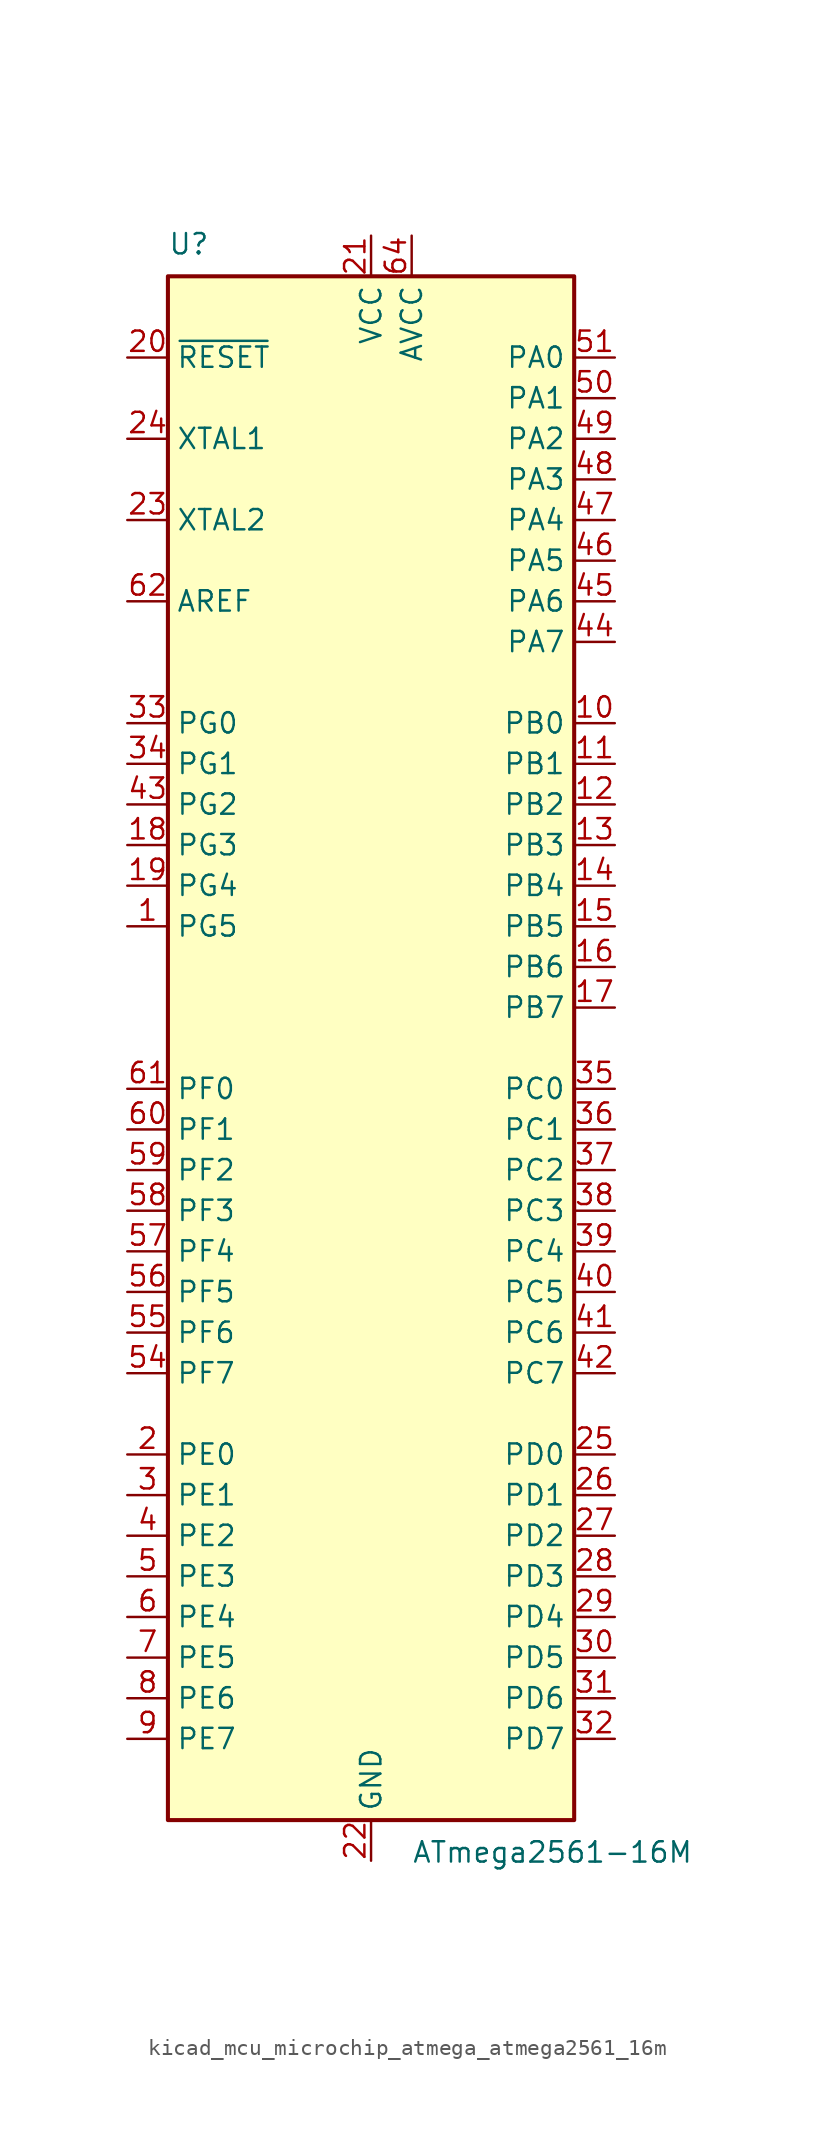
<source format=kicad_sym>
(kicad_symbol_lib
  (version 20220914)
  (generator kicad_symbol_editor)
  (symbol "kicad_mcu_microchip_atmega_atmega2561_16m"
    (property "Reference" "U"
      (at -12.7 49.53 0)
      (effects (font (size 1.27 1.27)) (justify left bottom)))
    (property "Value" "ATmega2561-16M"
      (at 2.54 -49.53 0)
      (effects (font (size 1.27 1.27)) (justify left top)))
    (symbol "kicad_mcu_microchip_atmega_atmega2561_16m_0_1"
      (rectangle (start -12.7 -48.26) (end 12.7 48.26) (stroke (width 0.254) (type default)) (fill (type background))))
    (symbol "kicad_mcu_microchip_atmega_atmega2561_16m_1_1"
      (pin bidirectional line (at -15.24 7.62 0) (length 2.54) (name "PG5" (effects (font (size 1.27 1.27)))) (number "1" (effects (font (size 1.27 1.27)))))
      (pin bidirectional line (at 15.24 20.32 180) (length 2.54) (name "PB0" (effects (font (size 1.27 1.27)))) (number "10" (effects (font (size 1.27 1.27)))))
      (pin bidirectional line (at 15.24 17.78 180) (length 2.54) (name "PB1" (effects (font (size 1.27 1.27)))) (number "11" (effects (font (size 1.27 1.27)))))
      (pin bidirectional line (at 15.24 15.24 180) (length 2.54) (name "PB2" (effects (font (size 1.27 1.27)))) (number "12" (effects (font (size 1.27 1.27)))))
      (pin bidirectional line (at 15.24 12.7 180) (length 2.54) (name "PB3" (effects (font (size 1.27 1.27)))) (number "13" (effects (font (size 1.27 1.27)))))
      (pin bidirectional line (at 15.24 10.16 180) (length 2.54) (name "PB4" (effects (font (size 1.27 1.27)))) (number "14" (effects (font (size 1.27 1.27)))))
      (pin bidirectional line (at 15.24 7.62 180) (length 2.54) (name "PB5" (effects (font (size 1.27 1.27)))) (number "15" (effects (font (size 1.27 1.27)))))
      (pin bidirectional line (at 15.24 5.08 180) (length 2.54) (name "PB6" (effects (font (size 1.27 1.27)))) (number "16" (effects (font (size 1.27 1.27)))))
      (pin bidirectional line (at 15.24 2.54 180) (length 2.54) (name "PB7" (effects (font (size 1.27 1.27)))) (number "17" (effects (font (size 1.27 1.27)))))
      (pin bidirectional line (at -15.24 12.7 0) (length 2.54) (name "PG3" (effects (font (size 1.27 1.27)))) (number "18" (effects (font (size 1.27 1.27)))))
      (pin bidirectional line (at -15.24 10.16 0) (length 2.54) (name "PG4" (effects (font (size 1.27 1.27)))) (number "19" (effects (font (size 1.27 1.27)))))
      (pin bidirectional line (at -15.24 -25.4 0) (length 2.54) (name "PE0" (effects (font (size 1.27 1.27)))) (number "2" (effects (font (size 1.27 1.27)))))
      (pin input line (at -15.24 43.18 0) (length 2.54) (name "~{RESET}" (effects (font (size 1.27 1.27)))) (number "20" (effects (font (size 1.27 1.27)))))
      (pin power_in line (at 0 50.8 270) (length 2.54) (name "VCC" (effects (font (size 1.27 1.27)))) (number "21" (effects (font (size 1.27 1.27)))))
      (pin power_in line (at 0 -50.8 90) (length 2.54) (name "GND" (effects (font (size 1.27 1.27)))) (number "22" (effects (font (size 1.27 1.27)))))
      (pin output line (at -15.24 33.02 0) (length 2.54) (name "XTAL2" (effects (font (size 1.27 1.27)))) (number "23" (effects (font (size 1.27 1.27)))))
      (pin input line (at -15.24 38.1 0) (length 2.54) (name "XTAL1" (effects (font (size 1.27 1.27)))) (number "24" (effects (font (size 1.27 1.27)))))
      (pin bidirectional line (at 15.24 -25.4 180) (length 2.54) (name "PD0" (effects (font (size 1.27 1.27)))) (number "25" (effects (font (size 1.27 1.27)))))
      (pin bidirectional line (at 15.24 -27.94 180) (length 2.54) (name "PD1" (effects (font (size 1.27 1.27)))) (number "26" (effects (font (size 1.27 1.27)))))
      (pin bidirectional line (at 15.24 -30.48 180) (length 2.54) (name "PD2" (effects (font (size 1.27 1.27)))) (number "27" (effects (font (size 1.27 1.27)))))
      (pin bidirectional line (at 15.24 -33.02 180) (length 2.54) (name "PD3" (effects (font (size 1.27 1.27)))) (number "28" (effects (font (size 1.27 1.27)))))
      (pin bidirectional line (at 15.24 -35.56 180) (length 2.54) (name "PD4" (effects (font (size 1.27 1.27)))) (number "29" (effects (font (size 1.27 1.27)))))
      (pin bidirectional line (at -15.24 -27.94 0) (length 2.54) (name "PE1" (effects (font (size 1.27 1.27)))) (number "3" (effects (font (size 1.27 1.27)))))
      (pin bidirectional line (at 15.24 -38.1 180) (length 2.54) (name "PD5" (effects (font (size 1.27 1.27)))) (number "30" (effects (font (size 1.27 1.27)))))
      (pin bidirectional line (at 15.24 -40.64 180) (length 2.54) (name "PD6" (effects (font (size 1.27 1.27)))) (number "31" (effects (font (size 1.27 1.27)))))
      (pin bidirectional line (at 15.24 -43.18 180) (length 2.54) (name "PD7" (effects (font (size 1.27 1.27)))) (number "32" (effects (font (size 1.27 1.27)))))
      (pin bidirectional line (at -15.24 20.32 0) (length 2.54) (name "PG0" (effects (font (size 1.27 1.27)))) (number "33" (effects (font (size 1.27 1.27)))))
      (pin bidirectional line (at -15.24 17.78 0) (length 2.54) (name "PG1" (effects (font (size 1.27 1.27)))) (number "34" (effects (font (size 1.27 1.27)))))
      (pin bidirectional line (at 15.24 -2.54 180) (length 2.54) (name "PC0" (effects (font (size 1.27 1.27)))) (number "35" (effects (font (size 1.27 1.27)))))
      (pin bidirectional line (at 15.24 -5.08 180) (length 2.54) (name "PC1" (effects (font (size 1.27 1.27)))) (number "36" (effects (font (size 1.27 1.27)))))
      (pin bidirectional line (at 15.24 -7.62 180) (length 2.54) (name "PC2" (effects (font (size 1.27 1.27)))) (number "37" (effects (font (size 1.27 1.27)))))
      (pin bidirectional line (at 15.24 -10.16 180) (length 2.54) (name "PC3" (effects (font (size 1.27 1.27)))) (number "38" (effects (font (size 1.27 1.27)))))
      (pin bidirectional line (at 15.24 -12.7 180) (length 2.54) (name "PC4" (effects (font (size 1.27 1.27)))) (number "39" (effects (font (size 1.27 1.27)))))
      (pin bidirectional line (at -15.24 -30.48 0) (length 2.54) (name "PE2" (effects (font (size 1.27 1.27)))) (number "4" (effects (font (size 1.27 1.27)))))
      (pin bidirectional line (at 15.24 -15.24 180) (length 2.54) (name "PC5" (effects (font (size 1.27 1.27)))) (number "40" (effects (font (size 1.27 1.27)))))
      (pin bidirectional line (at 15.24 -17.78 180) (length 2.54) (name "PC6" (effects (font (size 1.27 1.27)))) (number "41" (effects (font (size 1.27 1.27)))))
      (pin bidirectional line (at 15.24 -20.32 180) (length 2.54) (name "PC7" (effects (font (size 1.27 1.27)))) (number "42" (effects (font (size 1.27 1.27)))))
      (pin bidirectional line (at -15.24 15.24 0) (length 2.54) (name "PG2" (effects (font (size 1.27 1.27)))) (number "43" (effects (font (size 1.27 1.27)))))
      (pin bidirectional line (at 15.24 25.4 180) (length 2.54) (name "PA7" (effects (font (size 1.27 1.27)))) (number "44" (effects (font (size 1.27 1.27)))))
      (pin bidirectional line (at 15.24 27.94 180) (length 2.54) (name "PA6" (effects (font (size 1.27 1.27)))) (number "45" (effects (font (size 1.27 1.27)))))
      (pin bidirectional line (at 15.24 30.48 180) (length 2.54) (name "PA5" (effects (font (size 1.27 1.27)))) (number "46" (effects (font (size 1.27 1.27)))))
      (pin bidirectional line (at 15.24 33.02 180) (length 2.54) (name "PA4" (effects (font (size 1.27 1.27)))) (number "47" (effects (font (size 1.27 1.27)))))
      (pin bidirectional line (at 15.24 35.56 180) (length 2.54) (name "PA3" (effects (font (size 1.27 1.27)))) (number "48" (effects (font (size 1.27 1.27)))))
      (pin bidirectional line (at 15.24 38.1 180) (length 2.54) (name "PA2" (effects (font (size 1.27 1.27)))) (number "49" (effects (font (size 1.27 1.27)))))
      (pin bidirectional line (at -15.24 -33.02 0) (length 2.54) (name "PE3" (effects (font (size 1.27 1.27)))) (number "5" (effects (font (size 1.27 1.27)))))
      (pin bidirectional line (at 15.24 40.64 180) (length 2.54) (name "PA1" (effects (font (size 1.27 1.27)))) (number "50" (effects (font (size 1.27 1.27)))))
      (pin bidirectional line (at 15.24 43.18 180) (length 2.54) (name "PA0" (effects (font (size 1.27 1.27)))) (number "51" (effects (font (size 1.27 1.27)))))
      (pin passive line (at 0 50.8 270) (length 2.54) hide (name "VCC" (effects (font (size 1.27 1.27)))) (number "52" (effects (font (size 1.27 1.27)))))
      (pin passive line (at 0 -50.8 90) (length 2.54) hide (name "GND" (effects (font (size 1.27 1.27)))) (number "53" (effects (font (size 1.27 1.27)))))
      (pin bidirectional line (at -15.24 -20.32 0) (length 2.54) (name "PF7" (effects (font (size 1.27 1.27)))) (number "54" (effects (font (size 1.27 1.27)))))
      (pin bidirectional line (at -15.24 -17.78 0) (length 2.54) (name "PF6" (effects (font (size 1.27 1.27)))) (number "55" (effects (font (size 1.27 1.27)))))
      (pin bidirectional line (at -15.24 -15.24 0) (length 2.54) (name "PF5" (effects (font (size 1.27 1.27)))) (number "56" (effects (font (size 1.27 1.27)))))
      (pin bidirectional line (at -15.24 -12.7 0) (length 2.54) (name "PF4" (effects (font (size 1.27 1.27)))) (number "57" (effects (font (size 1.27 1.27)))))
      (pin bidirectional line (at -15.24 -10.16 0) (length 2.54) (name "PF3" (effects (font (size 1.27 1.27)))) (number "58" (effects (font (size 1.27 1.27)))))
      (pin bidirectional line (at -15.24 -7.62 0) (length 2.54) (name "PF2" (effects (font (size 1.27 1.27)))) (number "59" (effects (font (size 1.27 1.27)))))
      (pin bidirectional line (at -15.24 -35.56 0) (length 2.54) (name "PE4" (effects (font (size 1.27 1.27)))) (number "6" (effects (font (size 1.27 1.27)))))
      (pin bidirectional line (at -15.24 -5.08 0) (length 2.54) (name "PF1" (effects (font (size 1.27 1.27)))) (number "60" (effects (font (size 1.27 1.27)))))
      (pin bidirectional line (at -15.24 -2.54 0) (length 2.54) (name "PF0" (effects (font (size 1.27 1.27)))) (number "61" (effects (font (size 1.27 1.27)))))
      (pin passive line (at -15.24 27.94 0) (length 2.54) (name "AREF" (effects (font (size 1.27 1.27)))) (number "62" (effects (font (size 1.27 1.27)))))
      (pin passive line (at 0 -50.8 90) (length 2.54) hide (name "GND" (effects (font (size 1.27 1.27)))) (number "63" (effects (font (size 1.27 1.27)))))
      (pin power_in line (at 2.54 50.8 270) (length 2.54) (name "AVCC" (effects (font (size 1.27 1.27)))) (number "64" (effects (font (size 1.27 1.27)))))
      (pin passive line (at 0 -50.8 90) (length 2.54) hide (name "GND" (effects (font (size 1.27 1.27)))) (number "65" (effects (font (size 1.27 1.27)))))
      (pin bidirectional line (at -15.24 -38.1 0) (length 2.54) (name "PE5" (effects (font (size 1.27 1.27)))) (number "7" (effects (font (size 1.27 1.27)))))
      (pin bidirectional line (at -15.24 -40.64 0) (length 2.54) (name "PE6" (effects (font (size 1.27 1.27)))) (number "8" (effects (font (size 1.27 1.27)))))
      (pin bidirectional line (at -15.24 -43.18 0) (length 2.54) (name "PE7" (effects (font (size 1.27 1.27)))) (number "9" (effects (font (size 1.27 1.27))))))))
</source>
